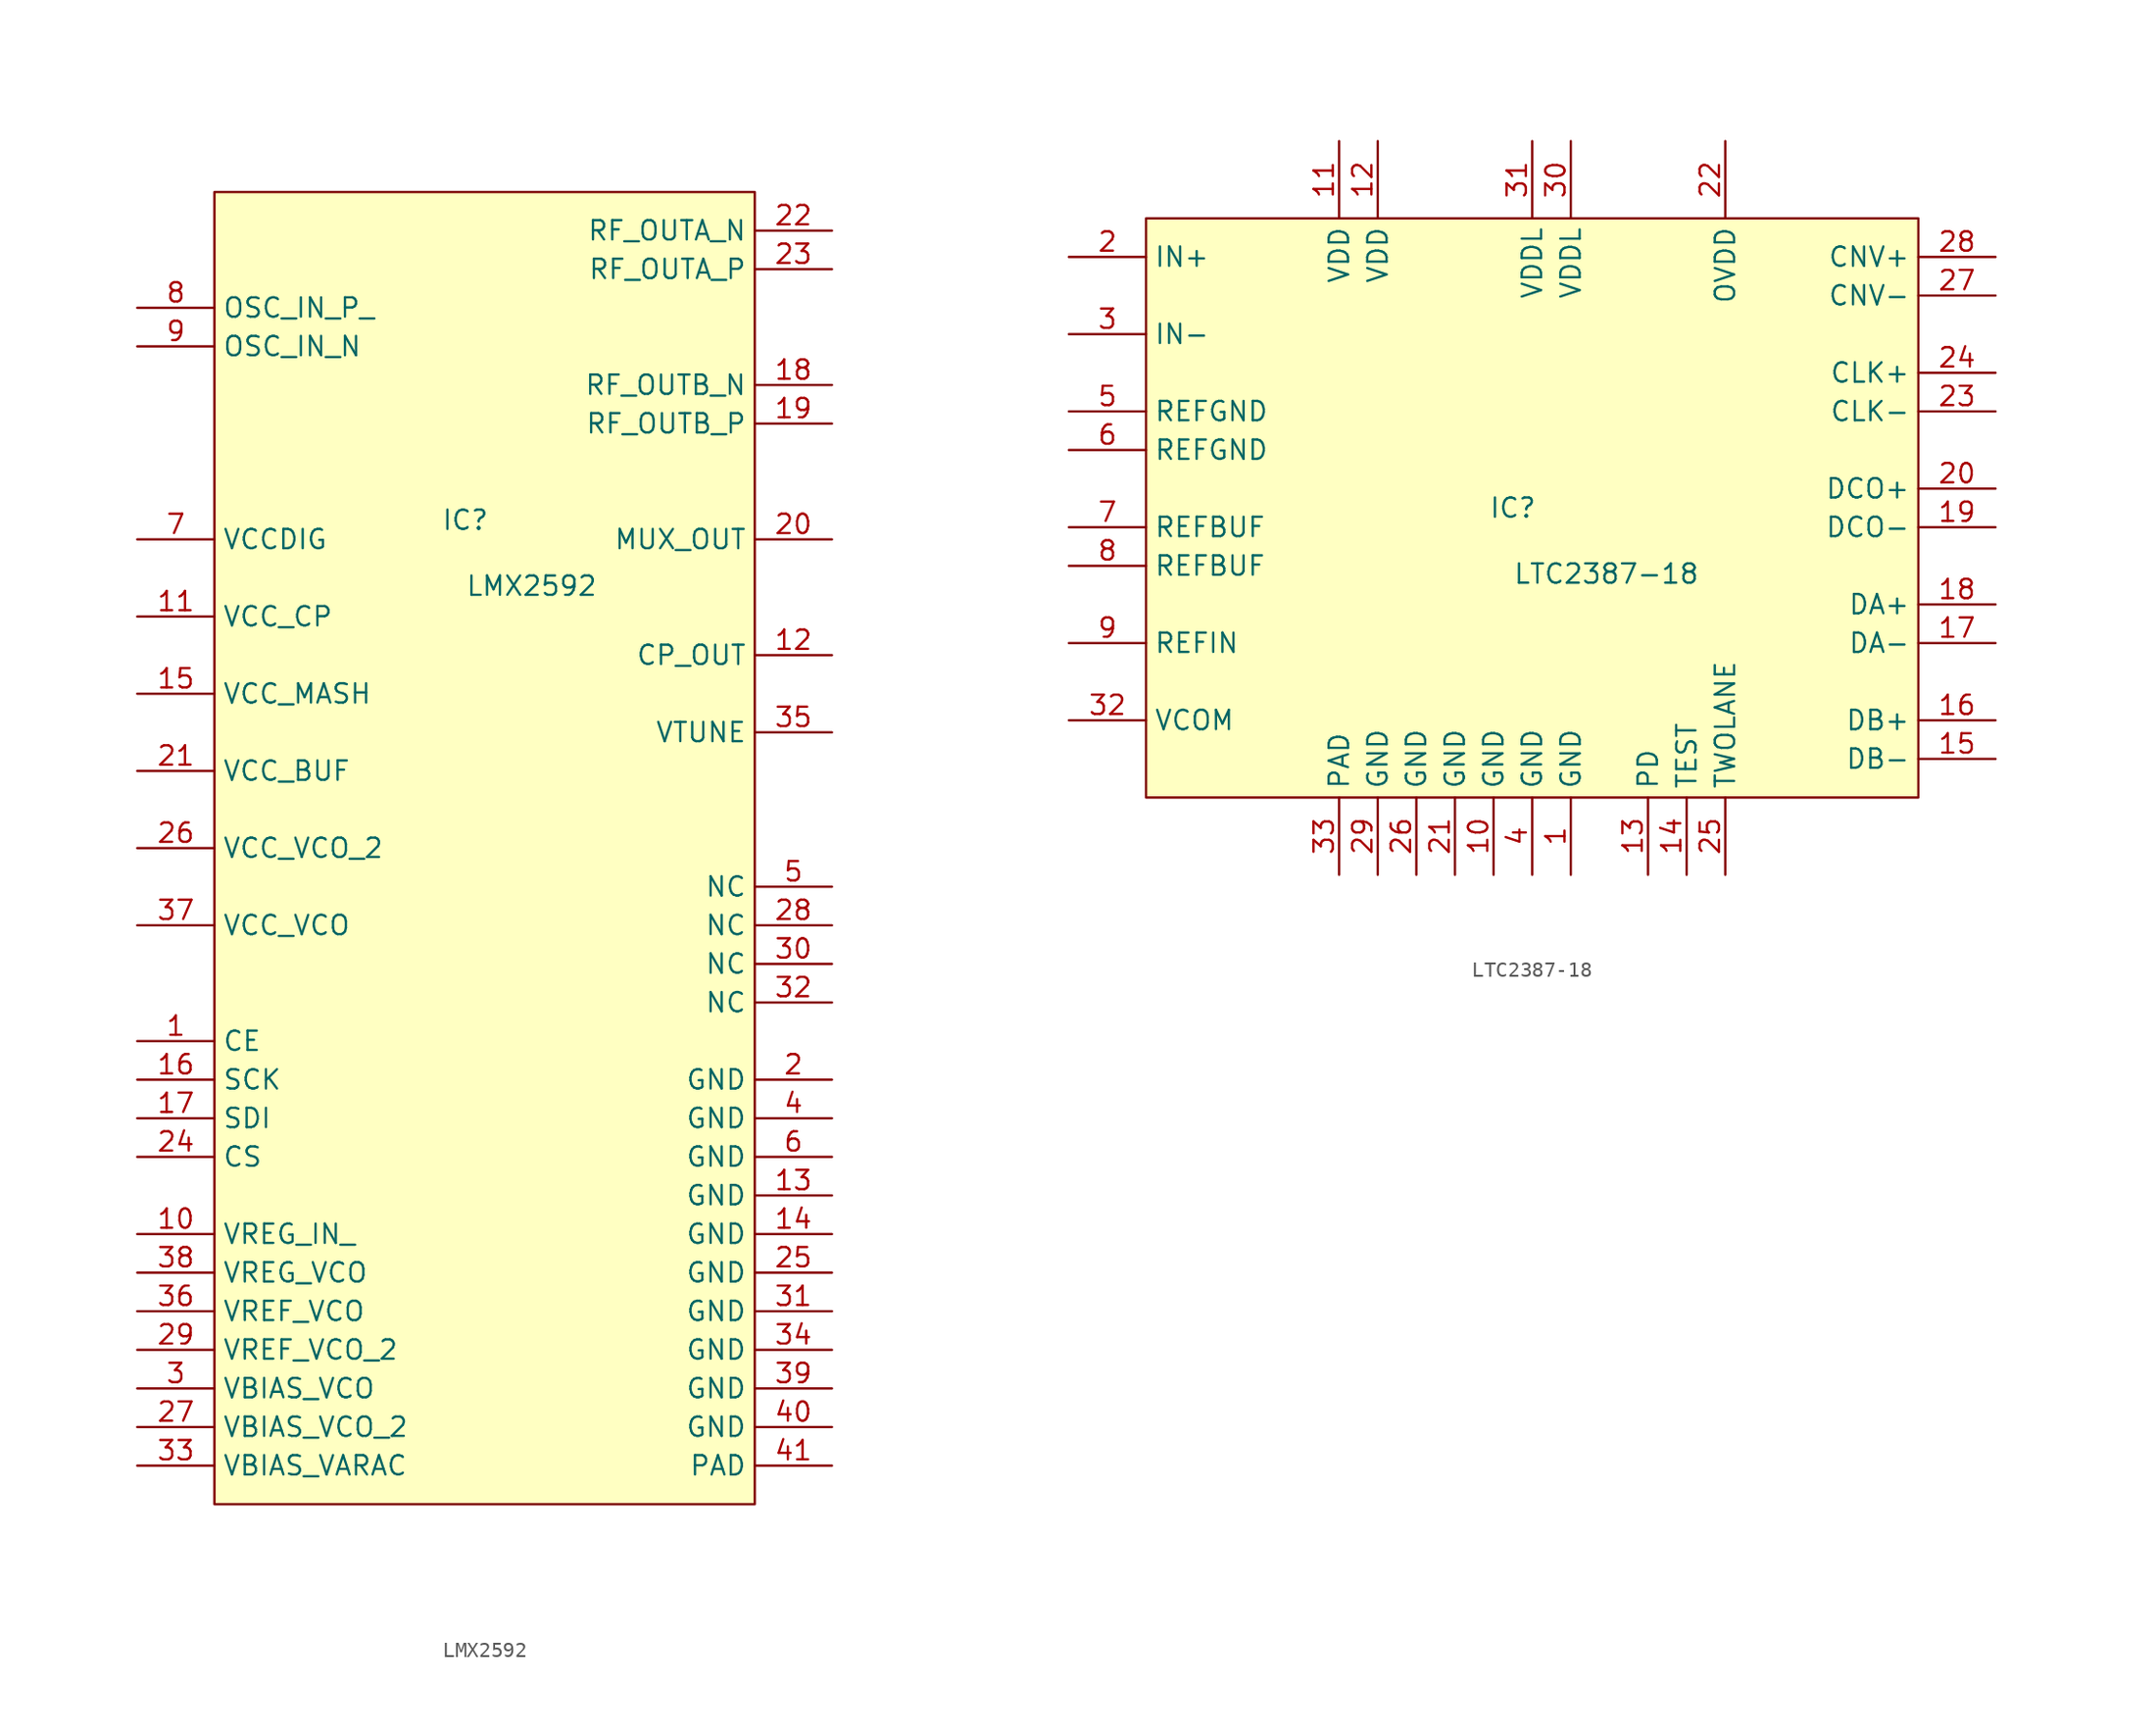
<source format=kicad_sym>
(kicad_symbol_lib
  (version 20231120)
  (generator "kicad_symbol_editor")
  (generator_version "8.0")
  (symbol "LMX2592"
    (property "Reference" "IC"
      (at -1.27 1.27 0)
      (effects (font (size 1.27 1.27))))
    (property "Value" "LMX2592"
      (at -1.27 -3.81 0)
      (effects (font (size 1.27 1.27)) (justify left bottom)))
    (symbol "LMX2592_1_0"
      (rectangle (start -17.78 22.86) (end 17.78 -63.5) (stroke (width 0) (type solid) (color 128 0 0 1)) (fill (type background)))
      (pin input line (at -22.86 -33.02 0) (length 5.08) (name "CE" (effects (font (size 1.27 1.27)))) (number "1" (effects (font (size 1.27 1.27)))))
      (pin passive line (at -22.86 -45.72 0) (length 5.08) (name "VREG_IN_" (effects (font (size 1.27 1.27)))) (number "10" (effects (font (size 1.27 1.27)))))
      (pin passive line (at -22.86 -5.08 0) (length 5.08) (name "VCC_CP" (effects (font (size 1.27 1.27)))) (number "11" (effects (font (size 1.27 1.27)))))
      (pin passive line (at 22.86 -7.62 180) (length 5.08) (name "CP_OUT" (effects (font (size 1.27 1.27)))) (number "12" (effects (font (size 1.27 1.27)))))
      (pin passive line (at 22.86 -43.18 180) (length 5.08) (name "GND" (effects (font (size 1.27 1.27)))) (number "13" (effects (font (size 1.27 1.27)))))
      (pin passive line (at 22.86 -45.72 180) (length 5.08) (name "GND" (effects (font (size 1.27 1.27)))) (number "14" (effects (font (size 1.27 1.27)))))
      (pin passive line (at -22.86 -10.16 0) (length 5.08) (name "VCC_MASH" (effects (font (size 1.27 1.27)))) (number "15" (effects (font (size 1.27 1.27)))))
      (pin input line (at -22.86 -35.56 0) (length 5.08) (name "SCK" (effects (font (size 1.27 1.27)))) (number "16" (effects (font (size 1.27 1.27)))))
      (pin input line (at -22.86 -38.1 0) (length 5.08) (name "SDI" (effects (font (size 1.27 1.27)))) (number "17" (effects (font (size 1.27 1.27)))))
      (pin output line (at 22.86 10.16 180) (length 5.08) (name "RF_OUTB_N" (effects (font (size 1.27 1.27)))) (number "18" (effects (font (size 1.27 1.27)))))
      (pin output line (at 22.86 7.62 180) (length 5.08) (name "RF_OUTB_P" (effects (font (size 1.27 1.27)))) (number "19" (effects (font (size 1.27 1.27)))))
      (pin power_in line (at 22.86 -35.56 180) (length 5.08) (name "GND" (effects (font (size 1.27 1.27)))) (number "2" (effects (font (size 1.27 1.27)))))
      (pin output line (at 22.86 0 180) (length 5.08) (name "MUX_OUT" (effects (font (size 1.27 1.27)))) (number "20" (effects (font (size 1.27 1.27)))))
      (pin passive line (at -22.86 -15.24 0) (length 5.08) (name "VCC_BUF" (effects (font (size 1.27 1.27)))) (number "21" (effects (font (size 1.27 1.27)))))
      (pin output line (at 22.86 20.32 180) (length 5.08) (name "RF_OUTA_N" (effects (font (size 1.27 1.27)))) (number "22" (effects (font (size 1.27 1.27)))))
      (pin output line (at 22.86 17.78 180) (length 5.08) (name "RF_OUTA_P" (effects (font (size 1.27 1.27)))) (number "23" (effects (font (size 1.27 1.27)))))
      (pin input line (at -22.86 -40.64 0) (length 5.08) (name "CS" (effects (font (size 1.27 1.27)))) (number "24" (effects (font (size 1.27 1.27)))))
      (pin passive line (at 22.86 -48.26 180) (length 5.08) (name "GND" (effects (font (size 1.27 1.27)))) (number "25" (effects (font (size 1.27 1.27)))))
      (pin passive line (at -22.86 -20.32 0) (length 5.08) (name "VCC_VCO_2" (effects (font (size 1.27 1.27)))) (number "26" (effects (font (size 1.27 1.27)))))
      (pin passive line (at -22.86 -58.42 0) (length 5.08) (name "VBIAS_VCO_2" (effects (font (size 1.27 1.27)))) (number "27" (effects (font (size 1.27 1.27)))))
      (pin passive line (at 22.86 -25.4 180) (length 5.08) (name "NC" (effects (font (size 1.27 1.27)))) (number "28" (effects (font (size 1.27 1.27)))))
      (pin passive line (at -22.86 -53.34 0) (length 5.08) (name "VREF_VCO_2" (effects (font (size 1.27 1.27)))) (number "29" (effects (font (size 1.27 1.27)))))
      (pin power_in line (at -22.86 -55.88 0) (length 5.08) (name "VBIAS_VCO" (effects (font (size 1.27 1.27)))) (number "3" (effects (font (size 1.27 1.27)))))
      (pin passive line (at 22.86 -27.94 180) (length 5.08) (name "NC" (effects (font (size 1.27 1.27)))) (number "30" (effects (font (size 1.27 1.27)))))
      (pin passive line (at 22.86 -50.8 180) (length 5.08) (name "GND" (effects (font (size 1.27 1.27)))) (number "31" (effects (font (size 1.27 1.27)))))
      (pin passive line (at 22.86 -30.48 180) (length 5.08) (name "NC" (effects (font (size 1.27 1.27)))) (number "32" (effects (font (size 1.27 1.27)))))
      (pin passive line (at -22.86 -60.96 0) (length 5.08) (name "VBIAS_VARAC" (effects (font (size 1.27 1.27)))) (number "33" (effects (font (size 1.27 1.27)))))
      (pin passive line (at 22.86 -53.34 180) (length 5.08) (name "GND" (effects (font (size 1.27 1.27)))) (number "34" (effects (font (size 1.27 1.27)))))
      (pin input line (at 22.86 -12.7 180) (length 5.08) (name "VTUNE" (effects (font (size 1.27 1.27)))) (number "35" (effects (font (size 1.27 1.27)))))
      (pin passive line (at -22.86 -50.8 0) (length 5.08) (name "VREF_VCO" (effects (font (size 1.27 1.27)))) (number "36" (effects (font (size 1.27 1.27)))))
      (pin passive line (at -22.86 -25.4 0) (length 5.08) (name "VCC_VCO" (effects (font (size 1.27 1.27)))) (number "37" (effects (font (size 1.27 1.27)))))
      (pin passive line (at -22.86 -48.26 0) (length 5.08) (name "VREG_VCO" (effects (font (size 1.27 1.27)))) (number "38" (effects (font (size 1.27 1.27)))))
      (pin passive line (at 22.86 -55.88 180) (length 5.08) (name "GND" (effects (font (size 1.27 1.27)))) (number "39" (effects (font (size 1.27 1.27)))))
      (pin power_in line (at 22.86 -38.1 180) (length 5.08) (name "GND" (effects (font (size 1.27 1.27)))) (number "4" (effects (font (size 1.27 1.27)))))
      (pin passive line (at 22.86 -58.42 180) (length 5.08) (name "GND" (effects (font (size 1.27 1.27)))) (number "40" (effects (font (size 1.27 1.27)))))
      (pin passive line (at 22.86 -60.96 180) (length 5.08) (name "PAD" (effects (font (size 1.27 1.27)))) (number "41" (effects (font (size 1.27 1.27)))))
      (pin power_in line (at 22.86 -22.86 180) (length 5.08) (name "NC" (effects (font (size 1.27 1.27)))) (number "5" (effects (font (size 1.27 1.27)))))
      (pin power_in line (at 22.86 -40.64 180) (length 5.08) (name "GND" (effects (font (size 1.27 1.27)))) (number "6" (effects (font (size 1.27 1.27)))))
      (pin power_in line (at -22.86 0 0) (length 5.08) (name "VCCDIG" (effects (font (size 1.27 1.27)))) (number "7" (effects (font (size 1.27 1.27)))))
      (pin input line (at -22.86 15.24 0) (length 5.08) (name "OSC_IN_P_" (effects (font (size 1.27 1.27)))) (number "8" (effects (font (size 1.27 1.27)))))
      (pin input line (at -22.86 12.7 0) (length 5.08) (name "OSC_IN_N" (effects (font (size 1.27 1.27)))) (number "9" (effects (font (size 1.27 1.27)))))))
  (symbol "LTC2387-18"
    (property "Reference" "IC"
      (at -1.27 1.27 0)
      (effects (font (size 1.27 1.27))))
    (property "Value" "LTC2387-18"
      (at -1.27 -3.81 0)
      (effects (font (size 1.27 1.27)) (justify left bottom)))
    (symbol "LTC2387-18_1_0"
      (rectangle (start -25.4 20.32) (end 25.4 -17.78) (stroke (width 0) (type solid) (color 128 0 0 1)) (fill (type background)))
      (pin passive line (at 2.54 -22.86 90) (length 5.08) (name "GND" (effects (font (size 1.27 1.27)))) (number "1" (effects (font (size 1.27 1.27)))))
      (pin passive line (at -2.54 -22.86 90) (length 5.08) (name "GND" (effects (font (size 1.27 1.27)))) (number "10" (effects (font (size 1.27 1.27)))))
      (pin passive line (at -12.7 25.4 270) (length 5.08) (name "VDD" (effects (font (size 1.27 1.27)))) (number "11" (effects (font (size 1.27 1.27)))))
      (pin passive line (at -10.16 25.4 270) (length 5.08) (name "VDD" (effects (font (size 1.27 1.27)))) (number "12" (effects (font (size 1.27 1.27)))))
      (pin input line (at 7.62 -22.86 90) (length 5.08) (name "PD" (effects (font (size 1.27 1.27)))) (number "13" (effects (font (size 1.27 1.27)))))
      (pin input line (at 10.16 -22.86 90) (length 5.08) (name "TEST" (effects (font (size 1.27 1.27)))) (number "14" (effects (font (size 1.27 1.27)))))
      (pin output line (at 30.48 -15.24 180) (length 5.08) (name "DB-" (effects (font (size 1.27 1.27)))) (number "15" (effects (font (size 1.27 1.27)))))
      (pin output line (at 30.48 -12.7 180) (length 5.08) (name "DB+" (effects (font (size 1.27 1.27)))) (number "16" (effects (font (size 1.27 1.27)))))
      (pin output line (at 30.48 -7.62 180) (length 5.08) (name "DA-" (effects (font (size 1.27 1.27)))) (number "17" (effects (font (size 1.27 1.27)))))
      (pin output line (at 30.48 -5.08 180) (length 5.08) (name "DA+" (effects (font (size 1.27 1.27)))) (number "18" (effects (font (size 1.27 1.27)))))
      (pin output line (at 30.48 0 180) (length 5.08) (name "DCO-" (effects (font (size 1.27 1.27)))) (number "19" (effects (font (size 1.27 1.27)))))
      (pin input line (at -30.48 17.78 0) (length 5.08) (name "IN+" (effects (font (size 1.27 1.27)))) (number "2" (effects (font (size 1.27 1.27)))))
      (pin output line (at 30.48 2.54 180) (length 5.08) (name "DCO+" (effects (font (size 1.27 1.27)))) (number "20" (effects (font (size 1.27 1.27)))))
      (pin passive line (at -5.08 -22.86 90) (length 5.08) (name "GND" (effects (font (size 1.27 1.27)))) (number "21" (effects (font (size 1.27 1.27)))))
      (pin passive line (at 12.7 25.4 270) (length 5.08) (name "OVDD" (effects (font (size 1.27 1.27)))) (number "22" (effects (font (size 1.27 1.27)))))
      (pin input line (at 30.48 7.62 180) (length 5.08) (name "CLK-" (effects (font (size 1.27 1.27)))) (number "23" (effects (font (size 1.27 1.27)))))
      (pin input line (at 30.48 10.16 180) (length 5.08) (name "CLK+" (effects (font (size 1.27 1.27)))) (number "24" (effects (font (size 1.27 1.27)))))
      (pin input line (at 12.7 -22.86 90) (length 5.08) (name "TWOLANE" (effects (font (size 1.27 1.27)))) (number "25" (effects (font (size 1.27 1.27)))))
      (pin passive line (at -7.62 -22.86 90) (length 5.08) (name "GND" (effects (font (size 1.27 1.27)))) (number "26" (effects (font (size 1.27 1.27)))))
      (pin input line (at 30.48 15.24 180) (length 5.08) (name "CNV-" (effects (font (size 1.27 1.27)))) (number "27" (effects (font (size 1.27 1.27)))))
      (pin input line (at 30.48 17.78 180) (length 5.08) (name "CNV+" (effects (font (size 1.27 1.27)))) (number "28" (effects (font (size 1.27 1.27)))))
      (pin passive line (at -10.16 -22.86 90) (length 5.08) (name "GND" (effects (font (size 1.27 1.27)))) (number "29" (effects (font (size 1.27 1.27)))))
      (pin input line (at -30.48 12.7 0) (length 5.08) (name "IN-" (effects (font (size 1.27 1.27)))) (number "3" (effects (font (size 1.27 1.27)))))
      (pin passive line (at 2.54 25.4 270) (length 5.08) (name "VDDL" (effects (font (size 1.27 1.27)))) (number "30" (effects (font (size 1.27 1.27)))))
      (pin passive line (at 0 25.4 270) (length 5.08) (name "VDDL" (effects (font (size 1.27 1.27)))) (number "31" (effects (font (size 1.27 1.27)))))
      (pin passive line (at -30.48 -12.7 0) (length 5.08) (name "VCOM" (effects (font (size 1.27 1.27)))) (number "32" (effects (font (size 1.27 1.27)))))
      (pin passive line (at -12.7 -22.86 90) (length 5.08) (name "PAD" (effects (font (size 1.27 1.27)))) (number "33" (effects (font (size 1.27 1.27)))))
      (pin passive line (at 0 -22.86 90) (length 5.08) (name "GND" (effects (font (size 1.27 1.27)))) (number "4" (effects (font (size 1.27 1.27)))))
      (pin passive line (at -30.48 7.62 0) (length 5.08) (name "REFGND" (effects (font (size 1.27 1.27)))) (number "5" (effects (font (size 1.27 1.27)))))
      (pin passive line (at -30.48 5.08 0) (length 5.08) (name "REFGND" (effects (font (size 1.27 1.27)))) (number "6" (effects (font (size 1.27 1.27)))))
      (pin passive line (at -30.48 0 0) (length 5.08) (name "REFBUF" (effects (font (size 1.27 1.27)))) (number "7" (effects (font (size 1.27 1.27)))))
      (pin passive line (at -30.48 -2.54 0) (length 5.08) (name "REFBUF" (effects (font (size 1.27 1.27)))) (number "8" (effects (font (size 1.27 1.27)))))
      (pin passive line (at -30.48 -7.62 0) (length 5.08) (name "REFIN" (effects (font (size 1.27 1.27)))) (number "9" (effects (font (size 1.27 1.27))))))))
</source>
